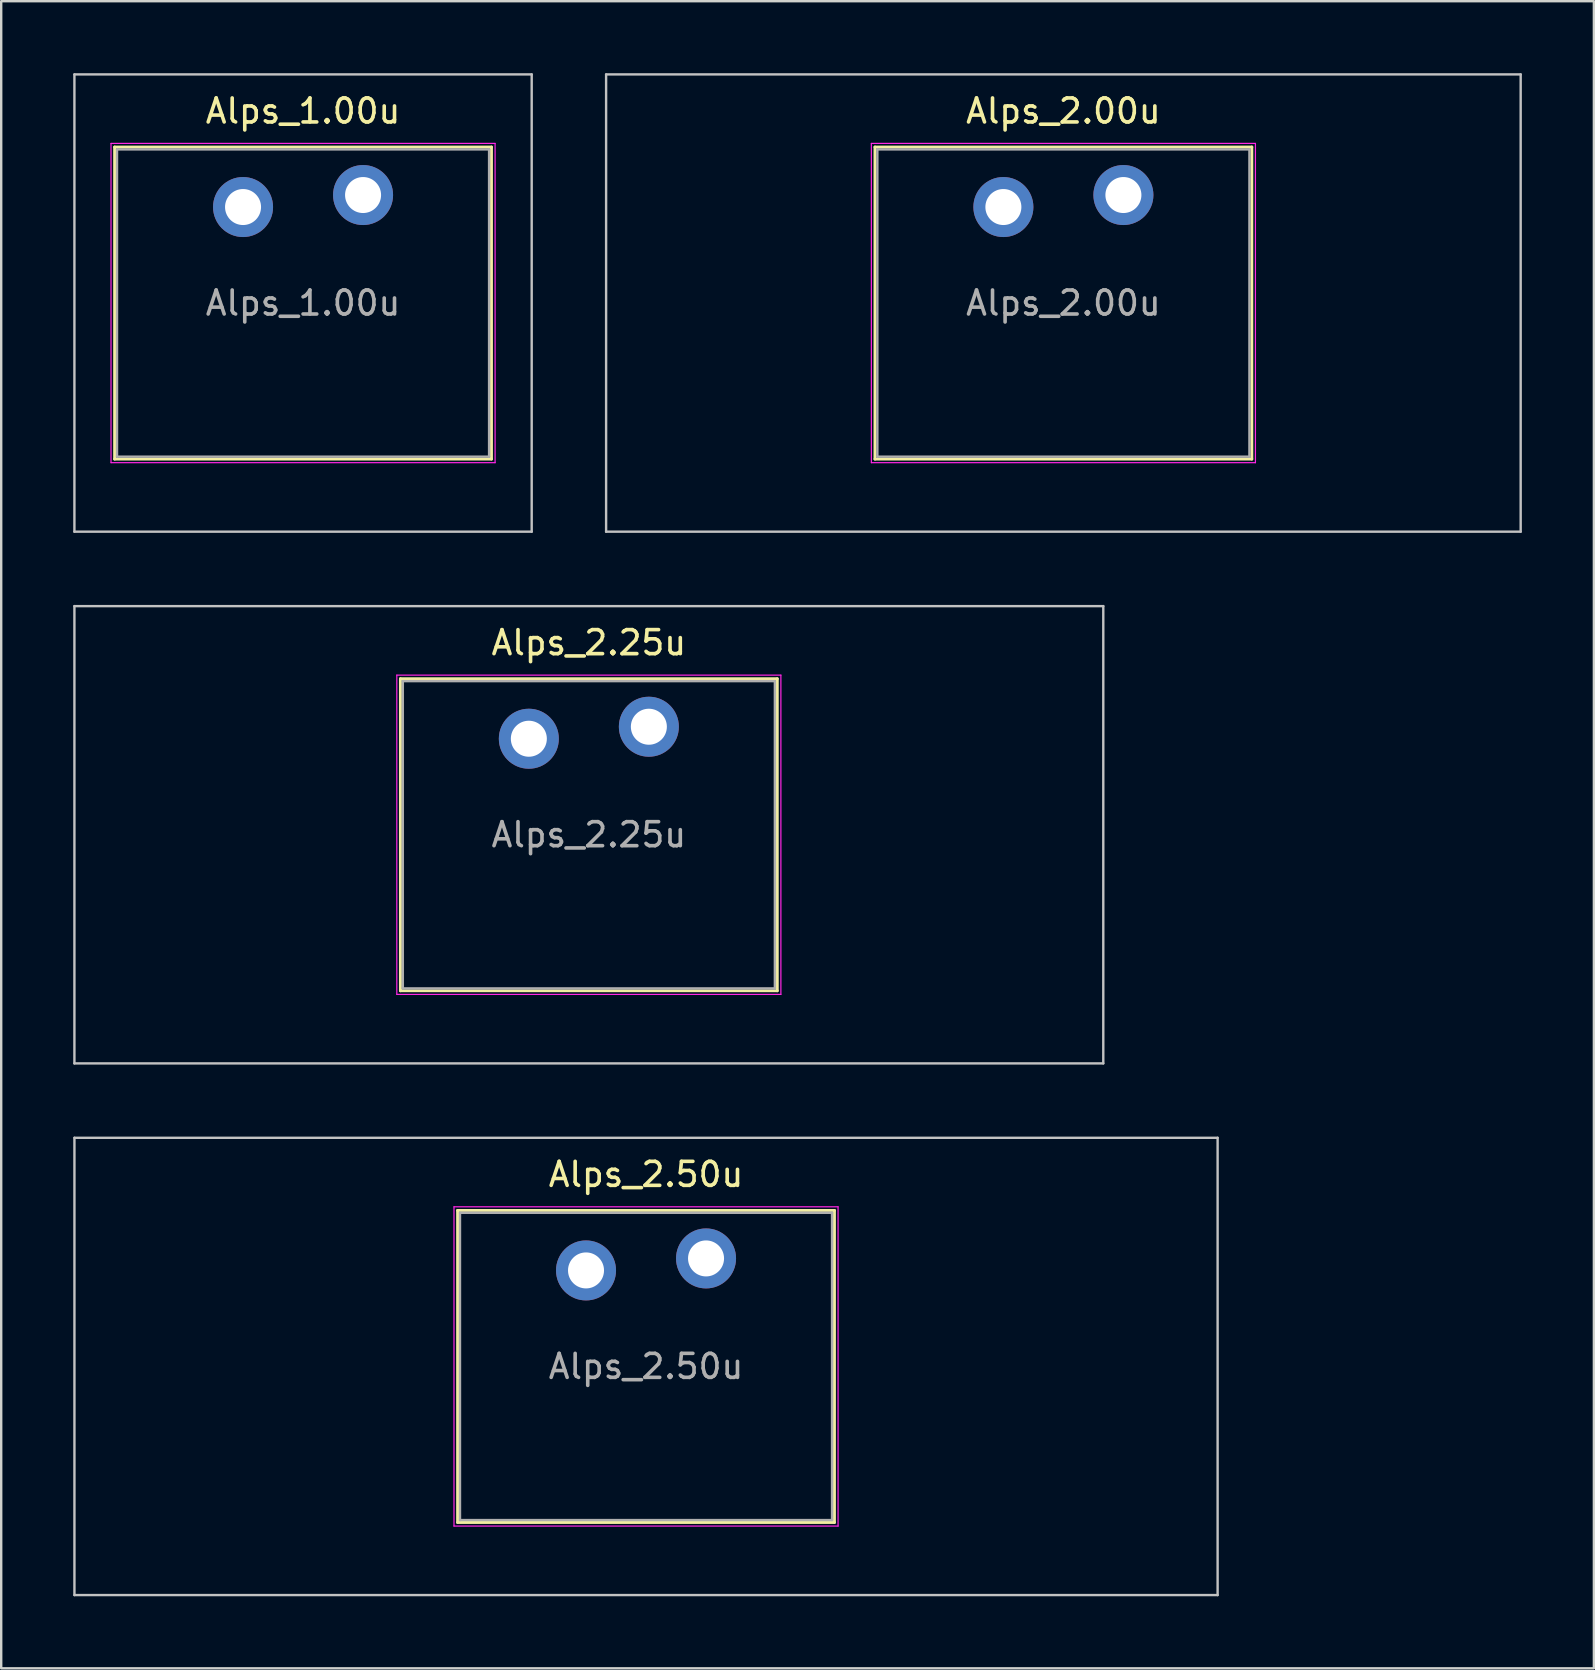
<source format=kicad_pcb>
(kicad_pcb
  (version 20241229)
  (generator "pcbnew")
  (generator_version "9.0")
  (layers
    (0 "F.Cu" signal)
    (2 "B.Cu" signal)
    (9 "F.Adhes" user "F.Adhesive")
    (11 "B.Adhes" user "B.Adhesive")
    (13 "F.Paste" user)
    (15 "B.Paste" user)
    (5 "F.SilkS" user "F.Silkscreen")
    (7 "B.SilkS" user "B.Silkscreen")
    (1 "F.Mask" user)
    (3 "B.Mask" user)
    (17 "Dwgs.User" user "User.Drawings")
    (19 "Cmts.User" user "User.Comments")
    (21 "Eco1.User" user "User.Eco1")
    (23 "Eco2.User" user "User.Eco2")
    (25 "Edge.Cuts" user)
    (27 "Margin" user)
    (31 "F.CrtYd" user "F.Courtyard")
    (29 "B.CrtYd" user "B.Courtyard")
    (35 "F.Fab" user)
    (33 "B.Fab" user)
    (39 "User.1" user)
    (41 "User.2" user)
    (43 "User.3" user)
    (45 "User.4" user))
  (footprint "Alps_2.25u"
    (layer "F.Cu")
    (at 21.481 31.725)
    (property "Reference" "Alps_2.25u" (at 0 -8 0) (layer "F.SilkS") (effects (font (size 1 1) (thickness 0.15))))
    (attr through_hole)
    (fp_line (start -7.85 -6.5) (end -7.85 6.5) (stroke (width 0.12) (type solid)) (layer "F.SilkS"))
    (fp_line (start -7.85 6.5) (end 7.85 6.5) (stroke (width 0.12) (type solid)) (layer "F.SilkS"))
    (fp_line (start 7.85 -6.5) (end -7.85 -6.5) (stroke (width 0.12) (type solid)) (layer "F.SilkS"))
    (fp_line (start 7.85 6.5) (end 7.85 -6.5) (stroke (width 0.12) (type solid)) (layer "F.SilkS"))
    (fp_line (start -21.431 -9.525) (end -21.431 9.525) (stroke (width 0.1) (type solid)) (layer "Dwgs.User"))
    (fp_line (start -21.431 9.525) (end 21.431 9.525) (stroke (width 0.1) (type solid)) (layer "Dwgs.User"))
    (fp_line (start 21.431 -9.525) (end -21.431 -9.525) (stroke (width 0.1) (type solid)) (layer "Dwgs.User"))
    (fp_line (start 21.431 9.525) (end 21.431 -9.525) (stroke (width 0.1) (type solid)) (layer "Dwgs.User"))
    (fp_line (start -7.75 -6.4) (end -7.75 6.4) (stroke (width 0.1) (type solid)) (layer "Eco1.User"))
    (fp_line (start -7.75 6.4) (end 7.75 6.4) (stroke (width 0.1) (type solid)) (layer "Eco1.User"))
    (fp_line (start 7.75 -6.4) (end -7.75 -6.4) (stroke (width 0.1) (type solid)) (layer "Eco1.User"))
    (fp_line (start 7.75 6.4) (end 7.75 -6.4) (stroke (width 0.1) (type solid)) (layer "Eco1.User"))
    (fp_line (start -8 -6.65) (end -8 6.65) (stroke (width 0.05) (type solid)) (layer "F.CrtYd"))
    (fp_line (start -8 6.65) (end 8 6.65) (stroke (width 0.05) (type solid)) (layer "F.CrtYd"))
    (fp_line (start 8 -6.65) (end -8 -6.65) (stroke (width 0.05) (type solid)) (layer "F.CrtYd"))
    (fp_line (start 8 6.65) (end 8 -6.65) (stroke (width 0.05) (type solid)) (layer "F.CrtYd"))
    (fp_line (start -7.75 -6.4) (end -7.75 6.4) (stroke (width 0.1) (type solid)) (layer "F.Fab"))
    (fp_line (start -7.75 6.4) (end 7.75 6.4) (stroke (width 0.1) (type solid)) (layer "F.Fab"))
    (fp_line (start 7.75 -6.4) (end -7.75 -6.4) (stroke (width 0.1) (type solid)) (layer "F.Fab"))
    (fp_line (start 7.75 6.4) (end 7.75 -6.4) (stroke (width 0.1) (type solid)) (layer "F.Fab"))
    (fp_text user "${REFERENCE}" (at 0 0 0) (layer "F.Fab") (effects (font (size 1 1) (thickness 0.15))))
    (pad "1" thru_hole circle (at -2.5 -4) (size 2.5 2.5) (drill 1.5) (layers "*.Cu" "*.Mask"))
    (pad "2" thru_hole circle (at 2.5 -4.5) (size 2.5 2.5) (drill 1.5) (layers "*.Cu" "*.Mask")))
  (footprint "Alps_2.00u"
    (layer "F.Cu")
    (at 41.25 9.575)
    (property "Reference" "Alps_2.00u" (at 0 -8 0) (layer "F.SilkS") (effects (font (size 1 1) (thickness 0.15))))
    (attr through_hole)
    (fp_line (start -7.85 -6.5) (end -7.85 6.5) (stroke (width 0.12) (type solid)) (layer "F.SilkS"))
    (fp_line (start -7.85 6.5) (end 7.85 6.5) (stroke (width 0.12) (type solid)) (layer "F.SilkS"))
    (fp_line (start 7.85 -6.5) (end -7.85 -6.5) (stroke (width 0.12) (type solid)) (layer "F.SilkS"))
    (fp_line (start 7.85 6.5) (end 7.85 -6.5) (stroke (width 0.12) (type solid)) (layer "F.SilkS"))
    (fp_line (start -19.05 -9.525) (end -19.05 9.525) (stroke (width 0.1) (type solid)) (layer "Dwgs.User"))
    (fp_line (start -19.05 9.525) (end 19.05 9.525) (stroke (width 0.1) (type solid)) (layer "Dwgs.User"))
    (fp_line (start 19.05 -9.525) (end -19.05 -9.525) (stroke (width 0.1) (type solid)) (layer "Dwgs.User"))
    (fp_line (start 19.05 9.525) (end 19.05 -9.525) (stroke (width 0.1) (type solid)) (layer "Dwgs.User"))
    (fp_line (start -7.75 -6.4) (end -7.75 6.4) (stroke (width 0.1) (type solid)) (layer "Eco1.User"))
    (fp_line (start -7.75 6.4) (end 7.75 6.4) (stroke (width 0.1) (type solid)) (layer "Eco1.User"))
    (fp_line (start 7.75 -6.4) (end -7.75 -6.4) (stroke (width 0.1) (type solid)) (layer "Eco1.User"))
    (fp_line (start 7.75 6.4) (end 7.75 -6.4) (stroke (width 0.1) (type solid)) (layer "Eco1.User"))
    (fp_line (start -8 -6.65) (end -8 6.65) (stroke (width 0.05) (type solid)) (layer "F.CrtYd"))
    (fp_line (start -8 6.65) (end 8 6.65) (stroke (width 0.05) (type solid)) (layer "F.CrtYd"))
    (fp_line (start 8 -6.65) (end -8 -6.65) (stroke (width 0.05) (type solid)) (layer "F.CrtYd"))
    (fp_line (start 8 6.65) (end 8 -6.65) (stroke (width 0.05) (type solid)) (layer "F.CrtYd"))
    (fp_line (start -7.75 -6.4) (end -7.75 6.4) (stroke (width 0.1) (type solid)) (layer "F.Fab"))
    (fp_line (start -7.75 6.4) (end 7.75 6.4) (stroke (width 0.1) (type solid)) (layer "F.Fab"))
    (fp_line (start 7.75 -6.4) (end -7.75 -6.4) (stroke (width 0.1) (type solid)) (layer "F.Fab"))
    (fp_line (start 7.75 6.4) (end 7.75 -6.4) (stroke (width 0.1) (type solid)) (layer "F.Fab"))
    (fp_text user "${REFERENCE}" (at 0 0 0) (layer "F.Fab") (effects (font (size 1 1) (thickness 0.15))))
    (pad "1" thru_hole circle (at -2.5 -4) (size 2.5 2.5) (drill 1.5) (layers "*.Cu" "*.Mask"))
    (pad "2" thru_hole circle (at 2.5 -4.5) (size 2.5 2.5) (drill 1.5) (layers "*.Cu" "*.Mask")))
  (footprint "Alps_2.50u"
    (layer "F.Cu")
    (at 23.863 53.875)
    (property "Reference" "Alps_2.50u" (at 0 -8 0) (layer "F.SilkS") (effects (font (size 1 1) (thickness 0.15))))
    (attr through_hole)
    (fp_line (start -7.85 -6.5) (end -7.85 6.5) (stroke (width 0.12) (type solid)) (layer "F.SilkS"))
    (fp_line (start -7.85 6.5) (end 7.85 6.5) (stroke (width 0.12) (type solid)) (layer "F.SilkS"))
    (fp_line (start 7.85 -6.5) (end -7.85 -6.5) (stroke (width 0.12) (type solid)) (layer "F.SilkS"))
    (fp_line (start 7.85 6.5) (end 7.85 -6.5) (stroke (width 0.12) (type solid)) (layer "F.SilkS"))
    (fp_line (start -23.812 -9.525) (end -23.812 9.525) (stroke (width 0.1) (type solid)) (layer "Dwgs.User"))
    (fp_line (start -23.812 9.525) (end 23.812 9.525) (stroke (width 0.1) (type solid)) (layer "Dwgs.User"))
    (fp_line (start 23.812 -9.525) (end -23.812 -9.525) (stroke (width 0.1) (type solid)) (layer "Dwgs.User"))
    (fp_line (start 23.812 9.525) (end 23.812 -9.525) (stroke (width 0.1) (type solid)) (layer "Dwgs.User"))
    (fp_line (start -7.75 -6.4) (end -7.75 6.4) (stroke (width 0.1) (type solid)) (layer "Eco1.User"))
    (fp_line (start -7.75 6.4) (end 7.75 6.4) (stroke (width 0.1) (type solid)) (layer "Eco1.User"))
    (fp_line (start 7.75 -6.4) (end -7.75 -6.4) (stroke (width 0.1) (type solid)) (layer "Eco1.User"))
    (fp_line (start 7.75 6.4) (end 7.75 -6.4) (stroke (width 0.1) (type solid)) (layer "Eco1.User"))
    (fp_line (start -8 -6.65) (end -8 6.65) (stroke (width 0.05) (type solid)) (layer "F.CrtYd"))
    (fp_line (start -8 6.65) (end 8 6.65) (stroke (width 0.05) (type solid)) (layer "F.CrtYd"))
    (fp_line (start 8 -6.65) (end -8 -6.65) (stroke (width 0.05) (type solid)) (layer "F.CrtYd"))
    (fp_line (start 8 6.65) (end 8 -6.65) (stroke (width 0.05) (type solid)) (layer "F.CrtYd"))
    (fp_line (start -7.75 -6.4) (end -7.75 6.4) (stroke (width 0.1) (type solid)) (layer "F.Fab"))
    (fp_line (start -7.75 6.4) (end 7.75 6.4) (stroke (width 0.1) (type solid)) (layer "F.Fab"))
    (fp_line (start 7.75 -6.4) (end -7.75 -6.4) (stroke (width 0.1) (type solid)) (layer "F.Fab"))
    (fp_line (start 7.75 6.4) (end 7.75 -6.4) (stroke (width 0.1) (type solid)) (layer "F.Fab"))
    (fp_text user "${REFERENCE}" (at 0 0 0) (layer "F.Fab") (effects (font (size 1 1) (thickness 0.15))))
    (pad "1" thru_hole circle (at -2.5 -4) (size 2.5 2.5) (drill 1.5) (layers "*.Cu" "*.Mask"))
    (pad "2" thru_hole circle (at 2.5 -4.5) (size 2.5 2.5) (drill 1.5) (layers "*.Cu" "*.Mask")))
  (footprint "Alps_1.00u"
    (layer "F.Cu")
    (at 9.575 9.575)
    (property "Reference" "Alps_1.00u" (at 0 -8 0) (layer "F.SilkS") (effects (font (size 1 1) (thickness 0.15))))
    (attr through_hole)
    (fp_line (start -7.85 -6.5) (end -7.85 6.5) (stroke (width 0.12) (type solid)) (layer "F.SilkS"))
    (fp_line (start -7.85 6.5) (end 7.85 6.5) (stroke (width 0.12) (type solid)) (layer "F.SilkS"))
    (fp_line (start 7.85 -6.5) (end -7.85 -6.5) (stroke (width 0.12) (type solid)) (layer "F.SilkS"))
    (fp_line (start 7.85 6.5) (end 7.85 -6.5) (stroke (width 0.12) (type solid)) (layer "F.SilkS"))
    (fp_line (start -9.525 -9.525) (end -9.525 9.525) (stroke (width 0.1) (type solid)) (layer "Dwgs.User"))
    (fp_line (start -9.525 9.525) (end 9.525 9.525) (stroke (width 0.1) (type solid)) (layer "Dwgs.User"))
    (fp_line (start 9.525 -9.525) (end -9.525 -9.525) (stroke (width 0.1) (type solid)) (layer "Dwgs.User"))
    (fp_line (start 9.525 9.525) (end 9.525 -9.525) (stroke (width 0.1) (type solid)) (layer "Dwgs.User"))
    (fp_line (start -7.75 -6.4) (end -7.75 6.4) (stroke (width 0.1) (type solid)) (layer "Eco1.User"))
    (fp_line (start -7.75 6.4) (end 7.75 6.4) (stroke (width 0.1) (type solid)) (layer "Eco1.User"))
    (fp_line (start 7.75 -6.4) (end -7.75 -6.4) (stroke (width 0.1) (type solid)) (layer "Eco1.User"))
    (fp_line (start 7.75 6.4) (end 7.75 -6.4) (stroke (width 0.1) (type solid)) (layer "Eco1.User"))
    (fp_line (start -8 -6.65) (end -8 6.65) (stroke (width 0.05) (type solid)) (layer "F.CrtYd"))
    (fp_line (start -8 6.65) (end 8 6.65) (stroke (width 0.05) (type solid)) (layer "F.CrtYd"))
    (fp_line (start 8 -6.65) (end -8 -6.65) (stroke (width 0.05) (type solid)) (layer "F.CrtYd"))
    (fp_line (start 8 6.65) (end 8 -6.65) (stroke (width 0.05) (type solid)) (layer "F.CrtYd"))
    (fp_line (start -7.75 -6.4) (end -7.75 6.4) (stroke (width 0.1) (type solid)) (layer "F.Fab"))
    (fp_line (start -7.75 6.4) (end 7.75 6.4) (stroke (width 0.1) (type solid)) (layer "F.Fab"))
    (fp_line (start 7.75 -6.4) (end -7.75 -6.4) (stroke (width 0.1) (type solid)) (layer "F.Fab"))
    (fp_line (start 7.75 6.4) (end 7.75 -6.4) (stroke (width 0.1) (type solid)) (layer "F.Fab"))
    (fp_text user "${REFERENCE}" (at 0 0 0) (layer "F.Fab") (effects (font (size 1 1) (thickness 0.15))))
    (pad "1" thru_hole circle (at -2.5 -4) (size 2.5 2.5) (drill 1.5) (layers "*.Cu" "*.Mask"))
    (pad "2" thru_hole circle (at 2.5 -4.5) (size 2.5 2.5) (drill 1.5) (layers "*.Cu" "*.Mask")))
  (gr_rect
    (start -3 -3)
    (end 63.35 66.45)
    (stroke (width 0.1) (type default))
    (fill no)
    (layer "Edge.Cuts")))
</source>
